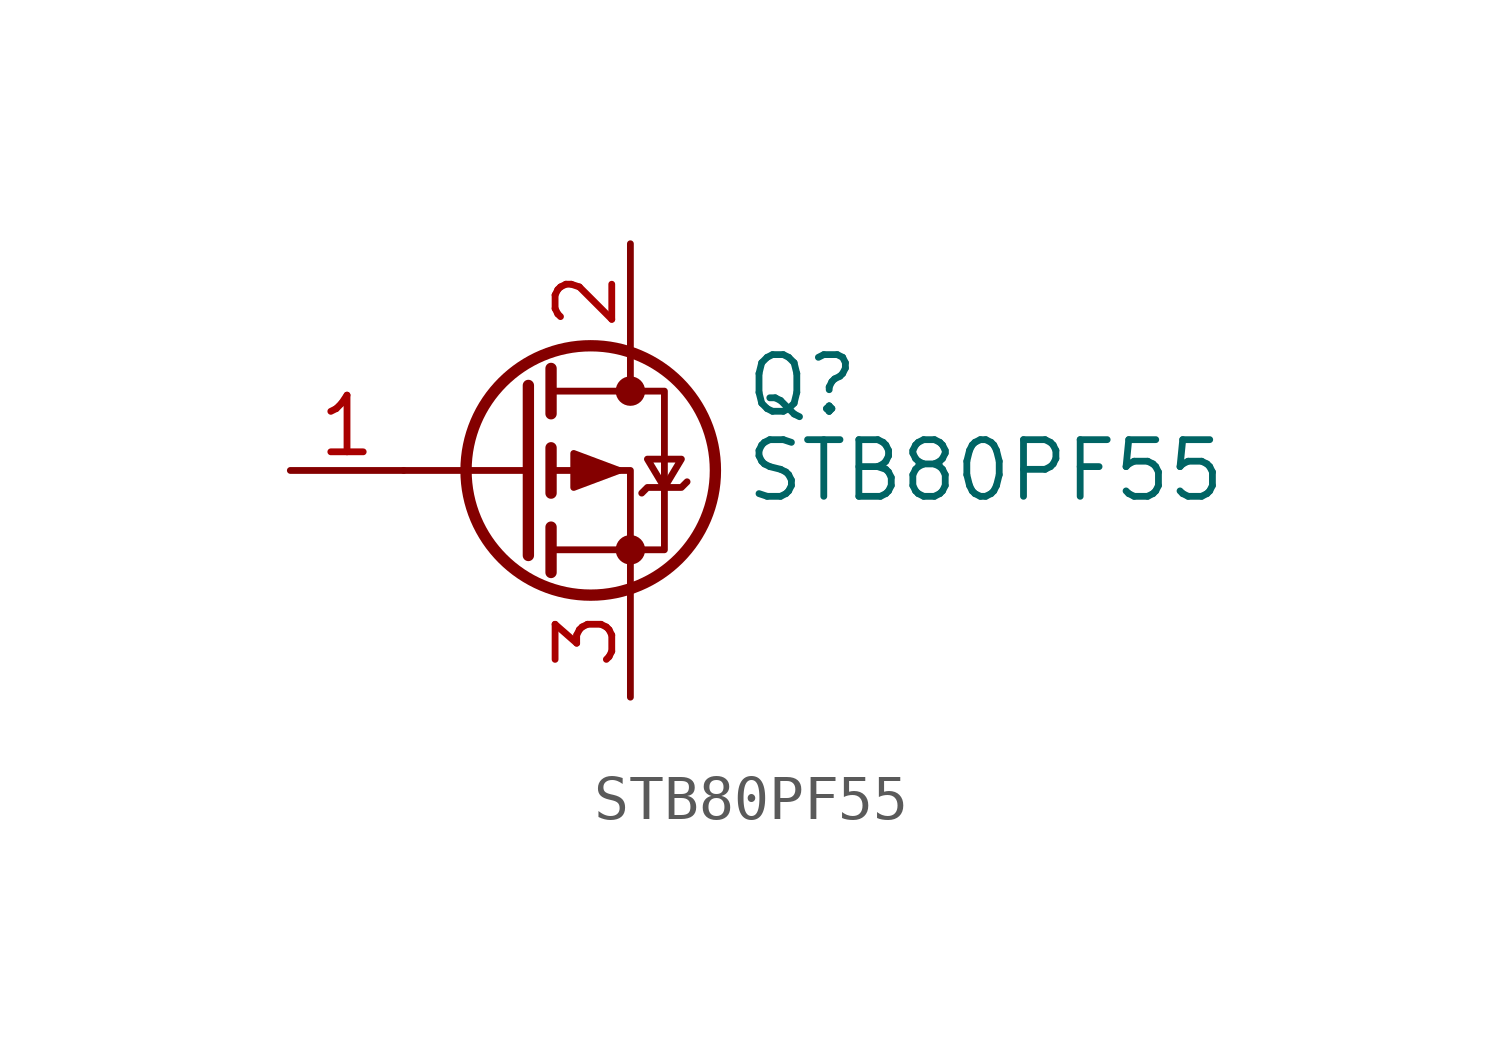
<source format=kicad_sym>
(kicad_symbol_lib
  (version 20220914)
  (generator kicad_symbol_editor)
  (symbol "STB80PF55"
    (pin_names hide)
    (property "Reference" "Q"
      (at 5.08 1.905 0)
      (effects (font (size 1.27 1.27)) (justify left)))
    (property "Value" "STB80PF55"
      (at 5.08 0 0)
      (effects (font (size 1.27 1.27)) (justify left)))
    (symbol "STB80PF55_0_1"
      (polyline (pts (xy 0.254 0) (xy -2.54 0)) (stroke (width 0) (type default)) (fill (type none)))
      (polyline (pts (xy 0.254 1.905) (xy 0.254 -1.905)) (stroke (width 0.254) (type default)) (fill (type none)))
      (polyline (pts (xy 0.762 -1.27) (xy 0.762 -2.286)) (stroke (width 0.254) (type default)) (fill (type none)))
      (polyline (pts (xy 0.762 0.508) (xy 0.762 -0.508)) (stroke (width 0.254) (type default)) (fill (type none)))
      (polyline (pts (xy 0.762 2.286) (xy 0.762 1.27)) (stroke (width 0.254) (type default)) (fill (type none)))
      (polyline (pts (xy 2.54 2.54) (xy 2.54 1.778)) (stroke (width 0) (type default)) (fill (type none)))
      (polyline (pts (xy 2.54 -2.54) (xy 2.54 0) (xy 0.762 0)) (stroke (width 0) (type default)) (fill (type none)))
      (polyline (pts (xy 0.762 1.778) (xy 3.302 1.778) (xy 3.302 -1.778) (xy 0.762 -1.778)) (stroke (width 0) (type default)) (fill (type none)))
      (polyline (pts (xy 2.286 0) (xy 1.27 0.381) (xy 1.27 -0.381) (xy 2.286 0)) (stroke (width 0) (type default)) (fill (type outline)))
      (polyline (pts (xy 2.794 -0.508) (xy 2.921 -0.381) (xy 3.683 -0.381) (xy 3.81 -0.254)) (stroke (width 0) (type default)) (fill (type none)))
      (polyline (pts (xy 3.302 -0.381) (xy 2.921 0.254) (xy 3.683 0.254) (xy 3.302 -0.381)) (stroke (width 0) (type default)) (fill (type none)))
      (circle (center 1.651 0) (radius 2.794) (stroke (width 0.254) (type default)) (fill (type none)))
      (circle (center 2.54 -1.778) (radius 0.254) (stroke (width 0) (type default)) (fill (type outline)))
      (circle (center 2.54 1.778) (radius 0.254) (stroke (width 0) (type default)) (fill (type outline))))
    (symbol "STB80PF55_1_1"
      (pin input line (at -5.08 0 0) (length 2.54) (name "G" (effects (font (size 1.27 1.27)))) (number "1" (effects (font (size 1.27 1.27)))))
      (pin passive line (at 2.54 5.08 270) (length 2.54) (name "D" (effects (font (size 1.27 1.27)))) (number "2" (effects (font (size 1.27 1.27)))))
      (pin passive line (at 2.54 -5.08 90) (length 2.54) (name "S" (effects (font (size 1.27 1.27)))) (number "3" (effects (font (size 1.27 1.27))))))))
</source>
